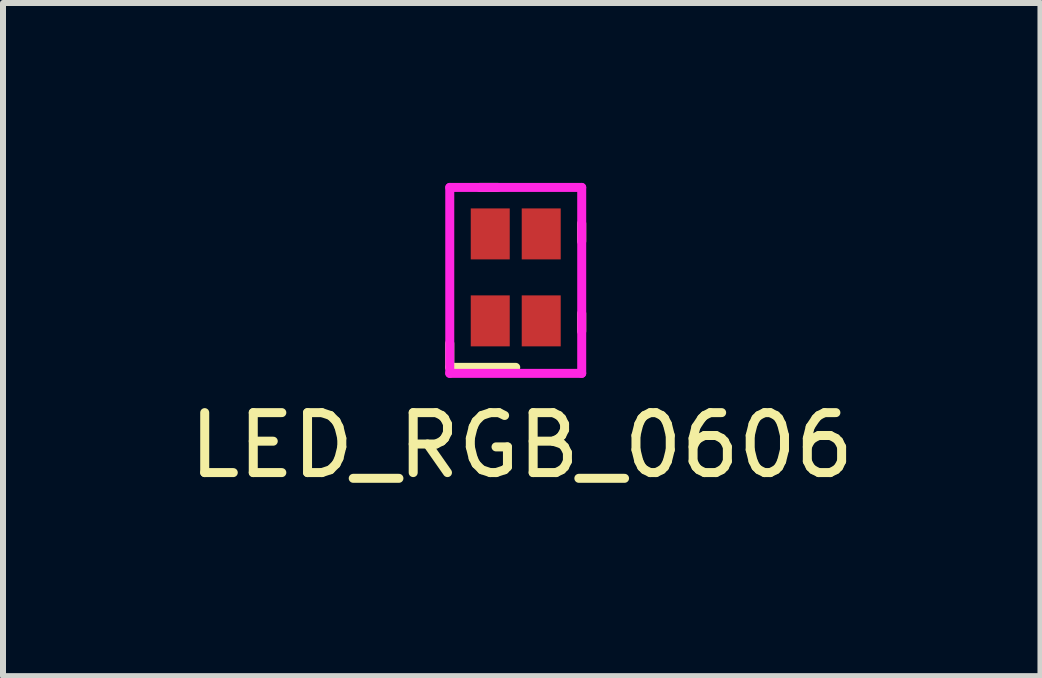
<source format=kicad_pcb>
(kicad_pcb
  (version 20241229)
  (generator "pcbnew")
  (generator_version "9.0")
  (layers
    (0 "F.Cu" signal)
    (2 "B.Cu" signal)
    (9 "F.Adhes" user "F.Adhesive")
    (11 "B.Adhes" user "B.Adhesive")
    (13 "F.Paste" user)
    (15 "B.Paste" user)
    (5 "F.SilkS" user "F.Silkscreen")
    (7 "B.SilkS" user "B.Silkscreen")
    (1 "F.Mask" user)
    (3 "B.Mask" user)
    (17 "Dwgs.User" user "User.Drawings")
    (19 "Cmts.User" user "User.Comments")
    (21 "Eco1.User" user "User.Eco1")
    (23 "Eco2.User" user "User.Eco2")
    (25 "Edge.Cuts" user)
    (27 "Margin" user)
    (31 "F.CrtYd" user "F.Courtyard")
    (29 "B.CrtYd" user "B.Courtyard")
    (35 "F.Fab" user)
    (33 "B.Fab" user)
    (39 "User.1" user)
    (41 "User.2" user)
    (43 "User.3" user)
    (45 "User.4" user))
  (footprint "LED_RGB_0606"
    (layer "F.Cu")
    (at 5.549 1.575)
    (property "Reference" "LED_RGB_0606" (at 0.1 2.8 0) (layer "F.SilkS") (effects (font (size 1 1) (thickness 0.15))))
    (attr through_hole)
    (fp_line (start -1.1 1.1) (end -1.1 1.5) (stroke (width 0.15) (type solid)) (layer "F.SilkS"))
    (fp_line (start -1.1 1.5) (end 0 1.5) (stroke (width 0.15) (type solid)) (layer "F.SilkS"))
    (fp_line (start -0.6 -1.5) (end -0.3 -1.5) (stroke (width 0.15) (type solid)) (layer "F.SilkS"))
    (fp_line (start 1.1 -0.6) (end 1.1 -0.9) (stroke (width 0.15) (type solid)) (layer "F.SilkS"))
    (fp_line (start 1.1 0.6) (end 1.1 0.9) (stroke (width 0.15) (type solid)) (layer "F.SilkS"))
    (fp_line (start -1.1 -1.5) (end -1.1 1.6) (stroke (width 0.15) (type solid)) (layer "F.CrtYd"))
    (fp_line (start -1.1 1.6) (end 1.1 1.6) (stroke (width 0.15) (type solid)) (layer "F.CrtYd"))
    (fp_line (start 1.1 -1.5) (end -1.1 -1.5) (stroke (width 0.15) (type solid)) (layer "F.CrtYd"))
    (fp_line (start 1.1 1.6) (end 1.1 -1.5) (stroke (width 0.15) (type solid)) (layer "F.CrtYd"))
    (pad "1" smd rect (at -0.425 -0.725) (size 0.65 0.85) (layers "F.Cu" "F.Mask" "F.Paste"))
    (pad "2" smd rect (at 0.425 -0.725) (size 0.65 0.85) (layers "F.Cu" "F.Mask" "F.Paste"))
    (pad "3" smd rect (at 0.425 0.725) (size 0.65 0.85) (layers "F.Cu" "F.Mask" "F.Paste"))
    (pad "4" smd rect (at -0.425 0.725) (size 0.65 0.85) (layers "F.Cu" "F.Mask" "F.Paste")))
  (gr_rect
    (start -3 -3)
    (end 14.298 8.223)
    (stroke (width 0.1) (type default))
    (fill no)
    (layer "Edge.Cuts")))
</source>
